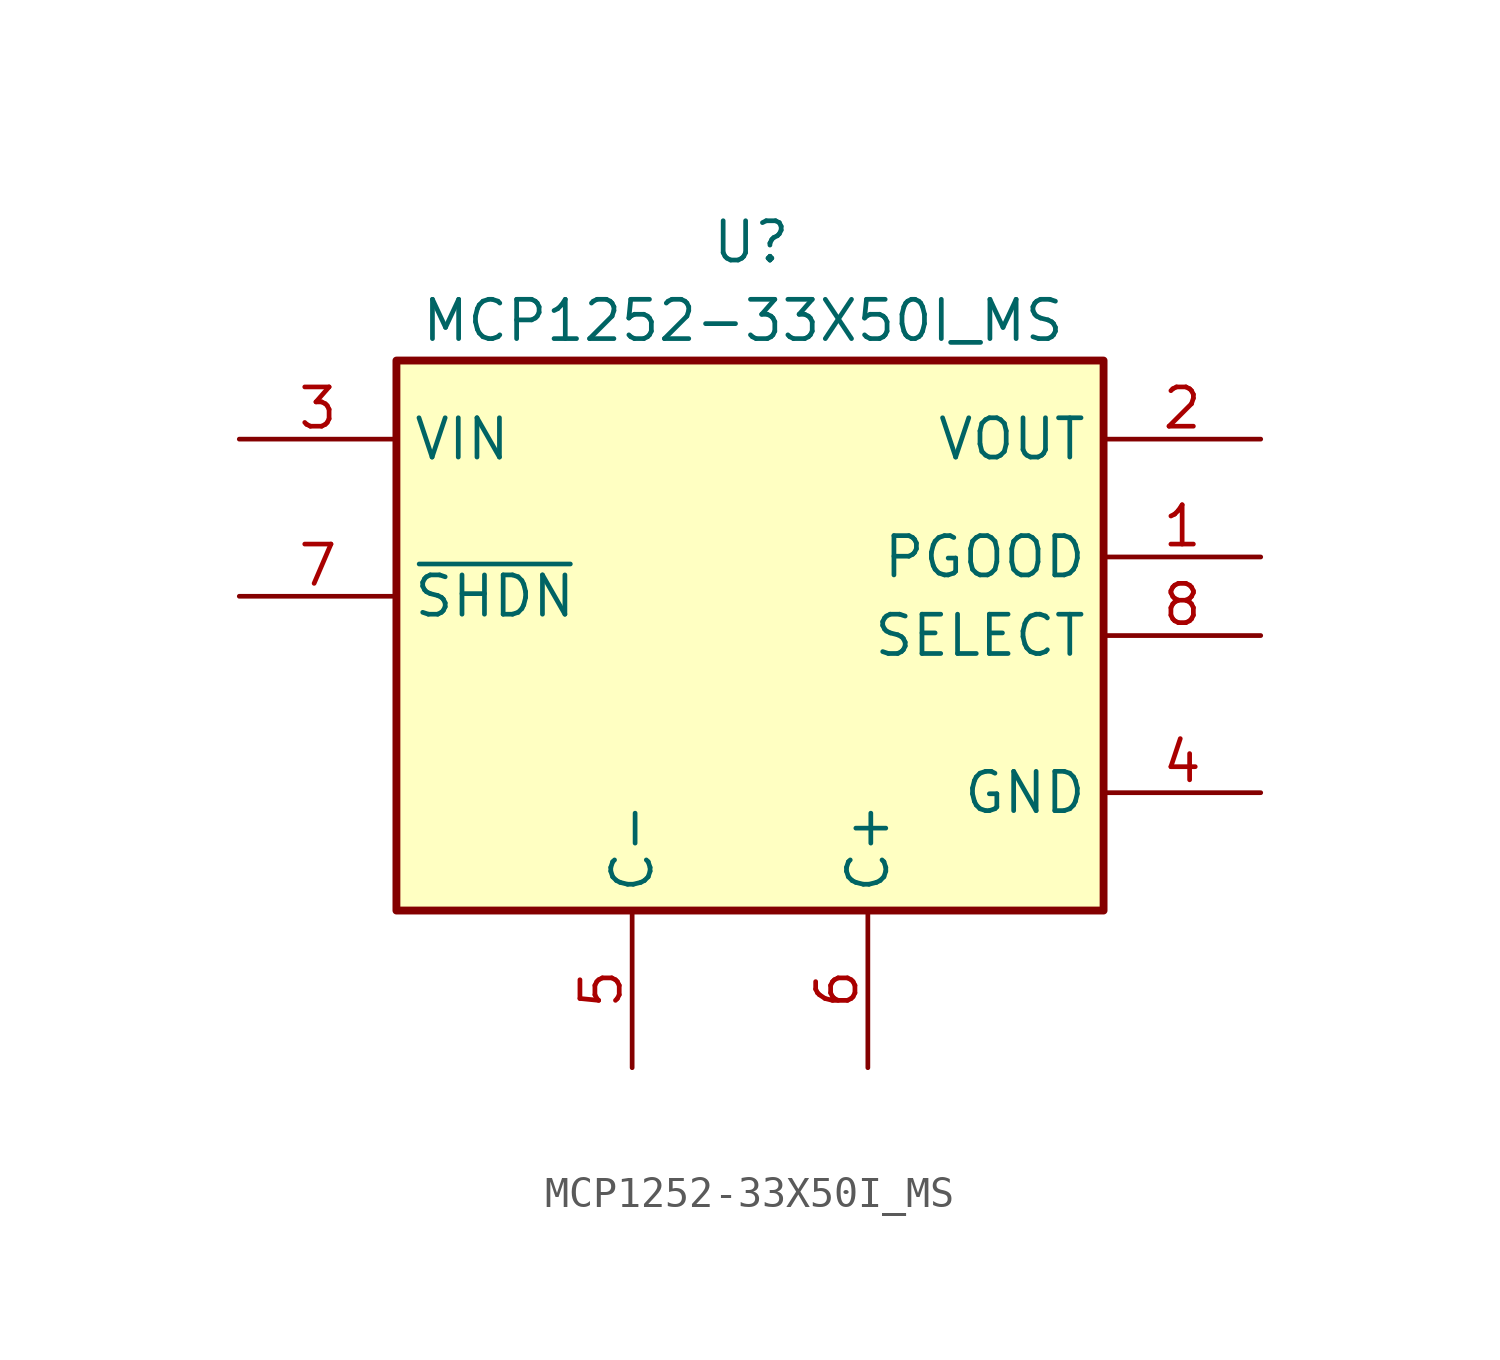
<source format=kicad_sym>
(kicad_symbol_lib
  (version 20231120)
  (generator "kicad_symbol_editor")
  (generator_version "8.0")
  (symbol "MCP1252-33X50I_MS"
    (property "Reference" "U"
      (at 15.24 12.192 0)
      (effects (font (size 1.27 1.27)) (justify left top)))
    (property "Value" "MCP1252-33X50I_MS"
      (at 5.842 9.652 0)
      (effects (font (size 1.27 1.27)) (justify left top)))
    (symbol "MCP1252-33X50I_MS_1_1"
      (rectangle (start 5.08 7.62) (end 27.94 -10.16) (stroke (width 0.254) (type default)) (fill (type background)))
      (pin passive line (at 33.02 1.27 180) (length 5.08) (name "PGOOD" (effects (font (size 1.27 1.27)))) (number "1" (effects (font (size 1.27 1.27)))))
      (pin passive line (at 33.02 5.08 180) (length 5.08) (name "VOUT" (effects (font (size 1.27 1.27)))) (number "2" (effects (font (size 1.27 1.27)))))
      (pin passive line (at 0 5.08 0) (length 5.08) (name "VIN" (effects (font (size 1.27 1.27)))) (number "3" (effects (font (size 1.27 1.27)))))
      (pin passive line (at 33.02 -6.35 180) (length 5.08) (name "GND" (effects (font (size 1.27 1.27)))) (number "4" (effects (font (size 1.27 1.27)))))
      (pin passive line (at 12.7 -15.24 90) (length 5.08) (name "C-" (effects (font (size 1.27 1.27)))) (number "5" (effects (font (size 1.27 1.27)))))
      (pin passive line (at 20.32 -15.24 90) (length 5.08) (name "C+" (effects (font (size 1.27 1.27)))) (number "6" (effects (font (size 1.27 1.27)))))
      (pin passive line (at 0 0 0) (length 5.08) (name "~{SHDN}" (effects (font (size 1.27 1.27)))) (number "7" (effects (font (size 1.27 1.27)))))
      (pin passive line (at 33.02 -1.27 180) (length 5.08) (name "SELECT" (effects (font (size 1.27 1.27)))) (number "8" (effects (font (size 1.27 1.27))))))))
</source>
